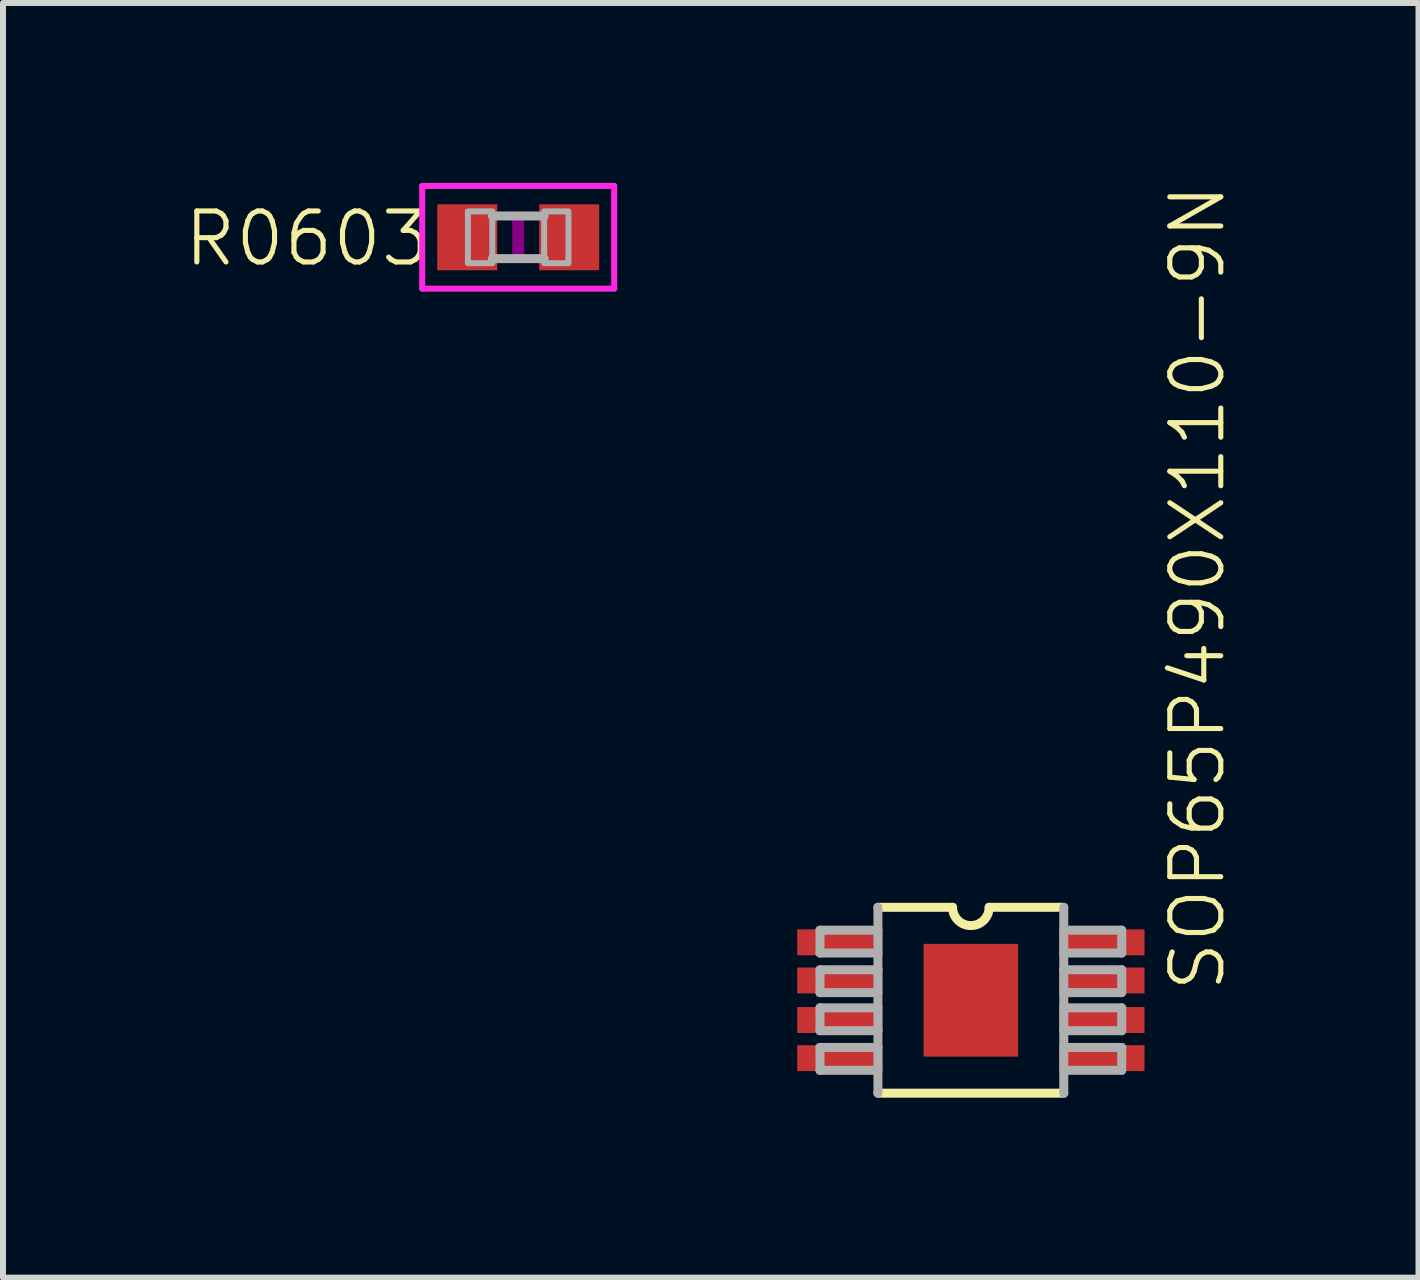
<source format=kicad_pcb>
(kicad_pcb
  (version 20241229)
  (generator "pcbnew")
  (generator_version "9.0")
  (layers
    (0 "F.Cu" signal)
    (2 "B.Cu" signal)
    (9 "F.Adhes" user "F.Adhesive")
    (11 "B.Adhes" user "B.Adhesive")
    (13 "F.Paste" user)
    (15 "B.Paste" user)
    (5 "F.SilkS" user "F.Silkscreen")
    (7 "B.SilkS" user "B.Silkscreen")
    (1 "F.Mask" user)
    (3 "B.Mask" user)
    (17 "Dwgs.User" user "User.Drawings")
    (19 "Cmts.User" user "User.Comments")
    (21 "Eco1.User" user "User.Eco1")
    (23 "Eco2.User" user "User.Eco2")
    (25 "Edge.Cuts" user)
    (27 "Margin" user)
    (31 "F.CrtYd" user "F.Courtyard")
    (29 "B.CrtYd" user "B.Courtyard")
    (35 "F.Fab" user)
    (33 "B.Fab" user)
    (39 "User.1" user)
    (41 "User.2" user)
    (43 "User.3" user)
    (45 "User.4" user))
  (footprint "R0603"
    (layer "F.Cu")
    (at 5.589 0.906)
    (property "Reference" "R0603" (at -1.416 -0.475 0) (layer "F.SilkS") (effects (font (size 0.85 0.85) (thickness 0.085)) (justify right top)))
    (attr through_hole)
    (fp_poly (pts (xy -0.1 0.3) (xy 0.1 0.3) (xy 0.1 -0.3) (xy -0.1 -0.3)) (stroke (width 0) (type solid)) (fill yes) (layer "F.Adhes"))
    (fp_line (start -1.6 -0.856) (end 1.6 -0.856) (stroke (width 0.1) (type solid)) (layer "F.CrtYd"))
    (fp_line (start -1.6 0.856) (end -1.6 -0.856) (stroke (width 0.1) (type solid)) (layer "F.CrtYd"))
    (fp_line (start 1.6 -0.856) (end 1.6 0.856) (stroke (width 0.1) (type solid)) (layer "F.CrtYd"))
    (fp_line (start 1.6 0.856) (end -1.6 0.856) (stroke (width 0.1) (type solid)) (layer "F.CrtYd"))
    (fp_line (start -0.432 0.356) (end 0.432 0.356) (stroke (width 0.15) (type solid)) (layer "F.Fab"))
    (fp_line (start 0.432 -0.356) (end -0.432 -0.356) (stroke (width 0.15) (type solid)) (layer "F.Fab"))
    (fp_poly (pts (xy -0.838 0.432) (xy -0.432 0.432) (xy -0.432 -0.432) (xy -0.838 -0.432)) (stroke (width 0.1) (type solid)) (fill no) (layer "F.Fab"))
    (fp_poly (pts (xy 0.432 0.432) (xy 0.838 0.432) (xy 0.838 -0.432) (xy 0.432 -0.432)) (stroke (width 0.1) (type solid)) (fill no) (layer "F.Fab"))
    (pad "1" smd rect (at -0.85 0) (size 1 1.1) (layers "F.Cu" "F.Mask" "F.Paste"))
    (pad "2" smd rect (at 0.85 0) (size 1 1.1) (layers "F.Cu" "F.Mask" "F.Paste")))
  (footprint "SOP65P490X110-9N"
    (layer "F.Cu")
    (at 13.135 13.625)
    (property "Reference" "SOP65P490X110-9N" (at 4.275 -0.102 90) (layer "F.SilkS") (effects (font (size 0.85 0.85) (thickness 0.085)) (justify left bottom)))
    (attr smd)
    (fp_line (start -1.549 1.549) (end 1.549 1.549) (stroke (width 0.15) (type solid)) (layer "F.SilkS"))
    (fp_line (start -0.305 -1.549) (end -1.549 -1.549) (stroke (width 0.15) (type solid)) (layer "F.SilkS"))
    (fp_line (start 1.549 -1.549) (end 0.305 -1.549) (stroke (width 0.15) (type solid)) (layer "F.SilkS"))
    (fp_arc (start 0.3048 -1.5494) (mid 0 -1.2446) (end -0.3048 -1.5494) (stroke (width 0.15) (type solid)) (layer "F.SilkS"))
    (fp_line (start -2.515 -1.168) (end -2.515 -0.787) (stroke (width 0.15) (type solid)) (layer "F.Fab"))
    (fp_line (start -2.515 -0.787) (end -1.549 -0.787) (stroke (width 0.15) (type solid)) (layer "F.Fab"))
    (fp_line (start -2.515 -0.508) (end -2.515 -0.127) (stroke (width 0.15) (type solid)) (layer "F.Fab"))
    (fp_line (start -2.515 -0.127) (end -1.549 -0.127) (stroke (width 0.15) (type solid)) (layer "F.Fab"))
    (fp_line (start -2.515 0.127) (end -2.515 0.508) (stroke (width 0.15) (type solid)) (layer "F.Fab"))
    (fp_line (start -2.515 0.508) (end -1.549 0.508) (stroke (width 0.15) (type solid)) (layer "F.Fab"))
    (fp_line (start -2.515 0.787) (end -2.515 1.168) (stroke (width 0.15) (type solid)) (layer "F.Fab"))
    (fp_line (start -2.515 1.168) (end -1.549 1.168) (stroke (width 0.15) (type solid)) (layer "F.Fab"))
    (fp_line (start -1.549 -1.549) (end -1.549 1.549) (stroke (width 0.15) (type solid)) (layer "F.Fab"))
    (fp_line (start -1.549 -1.168) (end -2.515 -1.168) (stroke (width 0.15) (type solid)) (layer "F.Fab"))
    (fp_line (start -1.549 -0.787) (end -1.549 -1.168) (stroke (width 0.1) (type solid)) (layer "F.Fab"))
    (fp_line (start -1.549 -0.508) (end -2.515 -0.508) (stroke (width 0.15) (type solid)) (layer "F.Fab"))
    (fp_line (start -1.549 -0.127) (end -1.549 -0.508) (stroke (width 0.1) (type solid)) (layer "F.Fab"))
    (fp_line (start -1.549 0.127) (end -2.515 0.127) (stroke (width 0.15) (type solid)) (layer "F.Fab"))
    (fp_line (start -1.549 0.508) (end -1.549 0.127) (stroke (width 0.1) (type solid)) (layer "F.Fab"))
    (fp_line (start -1.549 0.787) (end -2.515 0.787) (stroke (width 0.15) (type solid)) (layer "F.Fab"))
    (fp_line (start -1.549 1.168) (end -1.549 0.787) (stroke (width 0.1) (type solid)) (layer "F.Fab"))
    (fp_line (start 1.549 -1.168) (end 1.549 -0.787) (stroke (width 0.1) (type solid)) (layer "F.Fab"))
    (fp_line (start 1.549 -0.787) (end 2.515 -0.787) (stroke (width 0.15) (type solid)) (layer "F.Fab"))
    (fp_line (start 1.549 -0.508) (end 1.549 -0.127) (stroke (width 0.1) (type solid)) (layer "F.Fab"))
    (fp_line (start 1.549 -0.127) (end 2.515 -0.127) (stroke (width 0.15) (type solid)) (layer "F.Fab"))
    (fp_line (start 1.549 0.127) (end 1.549 0.508) (stroke (width 0.1) (type solid)) (layer "F.Fab"))
    (fp_line (start 1.549 0.508) (end 2.515 0.508) (stroke (width 0.15) (type solid)) (layer "F.Fab"))
    (fp_line (start 1.549 0.787) (end 1.549 1.168) (stroke (width 0.1) (type solid)) (layer "F.Fab"))
    (fp_line (start 1.549 1.168) (end 2.515 1.168) (stroke (width 0.15) (type solid)) (layer "F.Fab"))
    (fp_line (start 1.549 1.549) (end 1.549 -1.549) (stroke (width 0.15) (type solid)) (layer "F.Fab"))
    (fp_line (start 2.515 -1.168) (end 1.549 -1.168) (stroke (width 0.15) (type solid)) (layer "F.Fab"))
    (fp_line (start 2.515 -0.787) (end 2.515 -1.168) (stroke (width 0.15) (type solid)) (layer "F.Fab"))
    (fp_line (start 2.515 -0.508) (end 1.549 -0.508) (stroke (width 0.15) (type solid)) (layer "F.Fab"))
    (fp_line (start 2.515 -0.127) (end 2.515 -0.508) (stroke (width 0.15) (type solid)) (layer "F.Fab"))
    (fp_line (start 2.515 0.127) (end 1.549 0.127) (stroke (width 0.15) (type solid)) (layer "F.Fab"))
    (fp_line (start 2.515 0.508) (end 2.515 0.127) (stroke (width 0.15) (type solid)) (layer "F.Fab"))
    (fp_line (start 2.515 0.787) (end 1.549 0.787) (stroke (width 0.15) (type solid)) (layer "F.Fab"))
    (fp_line (start 2.515 1.168) (end 2.515 0.787) (stroke (width 0.15) (type solid)) (layer "F.Fab"))
    (pad "1" smd rect (at -2.184 -0.965) (size 1.422 0.432) (layers "F.Cu" "F.Mask" "F.Paste"))
    (pad "2" smd rect (at -2.184 -0.33) (size 1.422 0.432) (layers "F.Cu" "F.Mask" "F.Paste"))
    (pad "3" smd rect (at -2.184 0.33) (size 1.422 0.432) (layers "F.Cu" "F.Mask" "F.Paste"))
    (pad "4" smd rect (at -2.184 0.965) (size 1.422 0.432) (layers "F.Cu" "F.Mask" "F.Paste"))
    (pad "5" smd rect (at 2.184 0.965) (size 1.422 0.432) (layers "F.Cu" "F.Mask" "F.Paste"))
    (pad "6" smd rect (at 2.184 0.33) (size 1.422 0.432) (layers "F.Cu" "F.Mask" "F.Paste"))
    (pad "7" smd rect (at 2.184 -0.33) (size 1.422 0.432) (layers "F.Cu" "F.Mask" "F.Paste"))
    (pad "8" smd rect (at 2.184 -0.965) (size 1.422 0.432) (layers "F.Cu" "F.Mask" "F.Paste"))
    (pad "TP" smd rect (at 0 0) (size 1.575 1.88) (layers "F.Cu" "F.Mask" "F.Paste")))
  (gr_rect
    (start -3 -3)
    (end 20.598 18.25)
    (stroke (width 0.1) (type default))
    (fill no)
    (layer "Edge.Cuts")))
</source>
